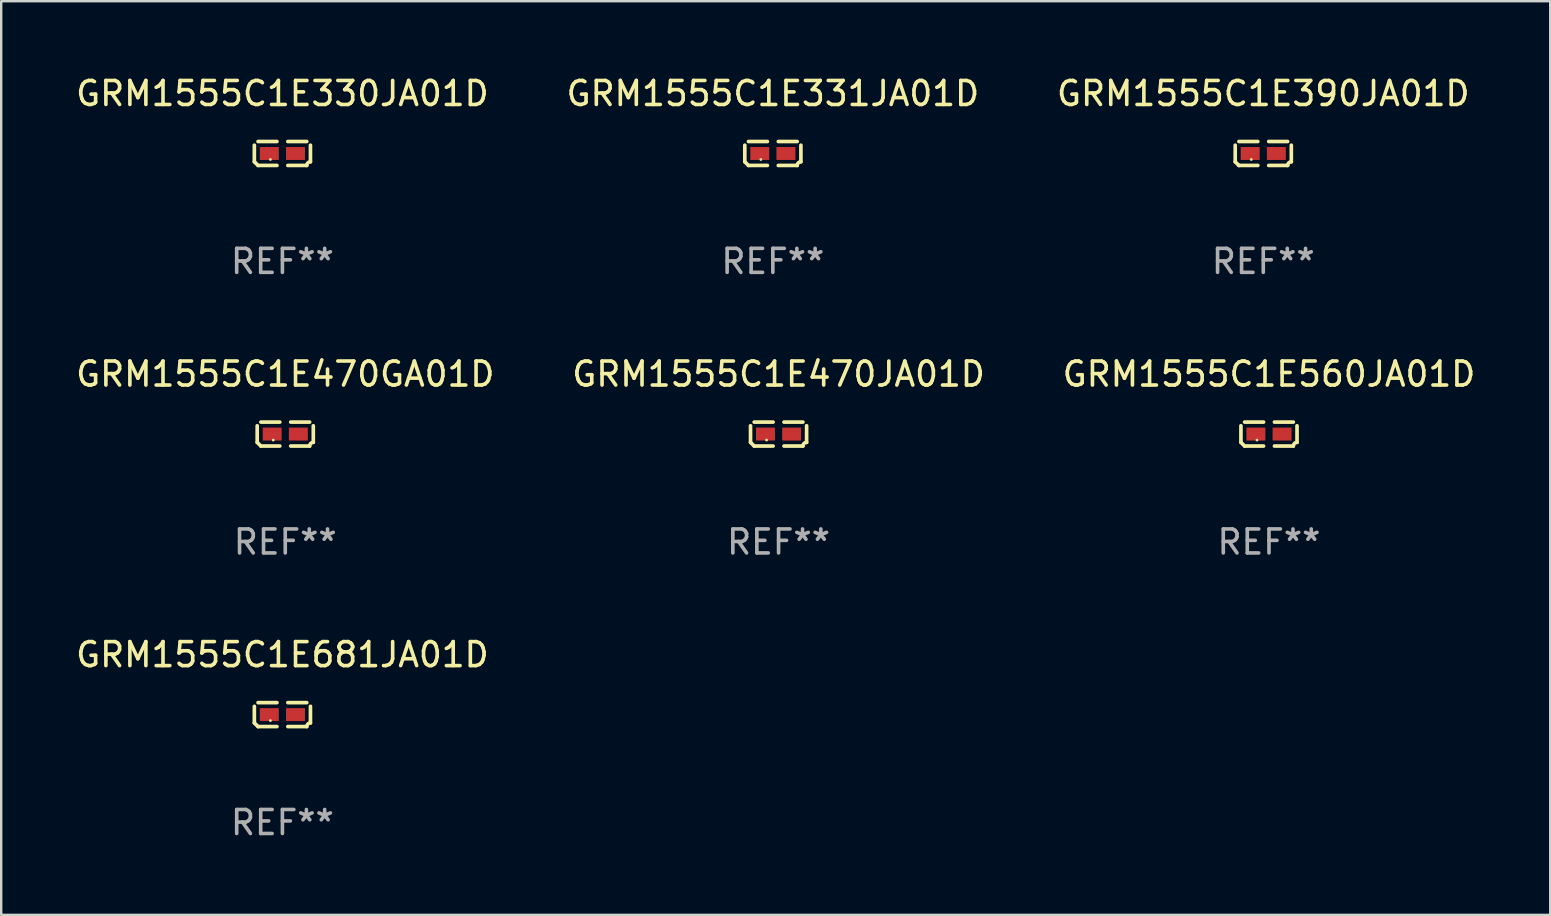
<source format=kicad_pcb>
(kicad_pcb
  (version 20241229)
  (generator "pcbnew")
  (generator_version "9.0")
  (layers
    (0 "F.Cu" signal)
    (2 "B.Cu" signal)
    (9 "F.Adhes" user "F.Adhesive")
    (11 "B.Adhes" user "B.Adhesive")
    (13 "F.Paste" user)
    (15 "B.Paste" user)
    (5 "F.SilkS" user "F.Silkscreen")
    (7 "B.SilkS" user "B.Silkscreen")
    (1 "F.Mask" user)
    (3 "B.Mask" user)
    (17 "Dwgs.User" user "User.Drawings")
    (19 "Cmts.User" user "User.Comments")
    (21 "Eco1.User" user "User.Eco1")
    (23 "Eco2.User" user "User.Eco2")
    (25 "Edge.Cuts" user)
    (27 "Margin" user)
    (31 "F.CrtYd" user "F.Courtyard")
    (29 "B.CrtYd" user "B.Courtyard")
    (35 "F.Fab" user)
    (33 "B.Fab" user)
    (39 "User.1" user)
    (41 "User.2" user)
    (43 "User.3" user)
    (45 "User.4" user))
  (footprint "GRM1555C1E681JA01D"
    (layer "F.Cu")
    (at 8.72 26.734)
    (property "Reference" "GRM1555C1E681JA01D" (at 0 -2.499 0) (layer "F.SilkS") (effects (font (size 1 1) (thickness 0.15))))
    (attr through_hole)
    (fp_line (start -1.169 0.346) (end -1.169 -0.346) (stroke (width 0.152) (type solid)) (layer "F.SilkS"))
    (fp_line (start -1.016 -0.499) (end -0.226 -0.499) (stroke (width 0.152) (type solid)) (layer "F.SilkS"))
    (fp_line (start -0.226 0.499) (end -1.016 0.499) (stroke (width 0.152) (type solid)) (layer "F.SilkS"))
    (fp_line (start 0.226 0.499) (end 1.016 0.499) (stroke (width 0.152) (type solid)) (layer "F.SilkS"))
    (fp_line (start 1.016 -0.499) (end 0.226 -0.499) (stroke (width 0.152) (type solid)) (layer "F.SilkS"))
    (fp_line (start 1.169 0.346) (end 1.169 -0.346) (stroke (width 0.152) (type solid)) (layer "F.SilkS"))
    (fp_arc (start -1.016307 0.498603) (mid -1.092512 0.422405) (end -1.16871 0.3462) (stroke (width 0.1524) (type solid)) (layer "F.SilkS"))
    (fp_arc (start 1.016307 0.498603) (mid 1.060899 0.390758) (end 1.168707 0.346076) (stroke (width 0.1524) (type solid)) (layer "F.SilkS"))
    (fp_circle (center -0.5 0.25) (end -0.47 0.25) (stroke (width 0.06) (type solid)) (fill no) (layer "F.SilkS"))
    (fp_text user "REF**" (at 0 4.499 0) (layer "F.Fab") (effects (font (size 1 1) (thickness 0.15))))
    (pad "1" smd rect (at -0.545 0) (size 0.79 0.54) (layers "F.Cu" "F.Mask" "F.Paste"))
    (pad "2" smd rect (at 0.545 0) (size 0.79 0.54) (layers "F.Cu" "F.Mask" "F.Paste")))
  (footprint "GRM1555C1E330JA01D"
    (layer "F.Cu")
    (at 8.72 3.347)
    (property "Reference" "GRM1555C1E330JA01D" (at 0 -2.499 0) (layer "F.SilkS") (effects (font (size 1 1) (thickness 0.15))))
    (attr through_hole)
    (fp_line (start -1.169 0.346) (end -1.169 -0.346) (stroke (width 0.152) (type solid)) (layer "F.SilkS"))
    (fp_line (start -1.016 -0.499) (end -0.226 -0.499) (stroke (width 0.152) (type solid)) (layer "F.SilkS"))
    (fp_line (start -0.226 0.499) (end -1.016 0.499) (stroke (width 0.152) (type solid)) (layer "F.SilkS"))
    (fp_line (start 0.226 0.499) (end 1.016 0.499) (stroke (width 0.152) (type solid)) (layer "F.SilkS"))
    (fp_line (start 1.016 -0.499) (end 0.226 -0.499) (stroke (width 0.152) (type solid)) (layer "F.SilkS"))
    (fp_line (start 1.169 0.346) (end 1.169 -0.346) (stroke (width 0.152) (type solid)) (layer "F.SilkS"))
    (fp_arc (start -1.016307 0.498603) (mid -1.092512 0.422405) (end -1.16871 0.3462) (stroke (width 0.1524) (type solid)) (layer "F.SilkS"))
    (fp_arc (start 1.016307 0.498603) (mid 1.060899 0.390758) (end 1.168707 0.346076) (stroke (width 0.1524) (type solid)) (layer "F.SilkS"))
    (fp_circle (center -0.5 0.25) (end -0.47 0.25) (stroke (width 0.06) (type solid)) (fill no) (layer "F.SilkS"))
    (fp_text user "REF**" (at 0 4.499 0) (layer "F.Fab") (effects (font (size 1 1) (thickness 0.15))))
    (pad "1" smd rect (at -0.545 0) (size 0.79 0.54) (layers "F.Cu" "F.Mask" "F.Paste"))
    (pad "2" smd rect (at 0.545 0) (size 0.79 0.54) (layers "F.Cu" "F.Mask" "F.Paste")))
  (footprint "GRM1555C1E470GA01D"
    (layer "F.Cu")
    (at 8.839 15.041)
    (property "Reference" "GRM1555C1E470GA01D" (at 0 -2.499 0) (layer "F.SilkS") (effects (font (size 1 1) (thickness 0.15))))
    (attr through_hole)
    (fp_line (start -1.169 0.346) (end -1.169 -0.346) (stroke (width 0.152) (type solid)) (layer "F.SilkS"))
    (fp_line (start -1.016 -0.499) (end -0.226 -0.499) (stroke (width 0.152) (type solid)) (layer "F.SilkS"))
    (fp_line (start -0.226 0.499) (end -1.016 0.499) (stroke (width 0.152) (type solid)) (layer "F.SilkS"))
    (fp_line (start 0.226 0.499) (end 1.016 0.499) (stroke (width 0.152) (type solid)) (layer "F.SilkS"))
    (fp_line (start 1.016 -0.499) (end 0.226 -0.499) (stroke (width 0.152) (type solid)) (layer "F.SilkS"))
    (fp_line (start 1.169 0.346) (end 1.169 -0.346) (stroke (width 0.152) (type solid)) (layer "F.SilkS"))
    (fp_arc (start -1.016307 0.498603) (mid -1.092512 0.422405) (end -1.16871 0.3462) (stroke (width 0.1524) (type solid)) (layer "F.SilkS"))
    (fp_arc (start 1.016307 0.498603) (mid 1.060899 0.390758) (end 1.168707 0.346076) (stroke (width 0.1524) (type solid)) (layer "F.SilkS"))
    (fp_circle (center -0.5 0.25) (end -0.47 0.25) (stroke (width 0.06) (type solid)) (fill no) (layer "F.SilkS"))
    (fp_text user "REF**" (at 0 4.499 0) (layer "F.Fab") (effects (font (size 1 1) (thickness 0.15))))
    (pad "1" smd rect (at -0.545 0) (size 0.79 0.54) (layers "F.Cu" "F.Mask" "F.Paste"))
    (pad "2" smd rect (at 0.545 0) (size 0.79 0.54) (layers "F.Cu" "F.Mask" "F.Paste")))
  (footprint "GRM1555C1E390JA01D"
    (layer "F.Cu")
    (at 49.601 3.347)
    (property "Reference" "GRM1555C1E390JA01D" (at 0 -2.499 0) (layer "F.SilkS") (effects (font (size 1 1) (thickness 0.15))))
    (attr through_hole)
    (fp_line (start -1.169 0.346) (end -1.169 -0.346) (stroke (width 0.152) (type solid)) (layer "F.SilkS"))
    (fp_line (start -1.016 -0.499) (end -0.226 -0.499) (stroke (width 0.152) (type solid)) (layer "F.SilkS"))
    (fp_line (start -0.226 0.499) (end -1.016 0.499) (stroke (width 0.152) (type solid)) (layer "F.SilkS"))
    (fp_line (start 0.226 0.499) (end 1.016 0.499) (stroke (width 0.152) (type solid)) (layer "F.SilkS"))
    (fp_line (start 1.016 -0.499) (end 0.226 -0.499) (stroke (width 0.152) (type solid)) (layer "F.SilkS"))
    (fp_line (start 1.169 0.346) (end 1.169 -0.346) (stroke (width 0.152) (type solid)) (layer "F.SilkS"))
    (fp_arc (start -1.016307 0.498603) (mid -1.092512 0.422405) (end -1.16871 0.3462) (stroke (width 0.1524) (type solid)) (layer "F.SilkS"))
    (fp_arc (start 1.016307 0.498603) (mid 1.060899 0.390758) (end 1.168707 0.346076) (stroke (width 0.1524) (type solid)) (layer "F.SilkS"))
    (fp_circle (center -0.5 0.25) (end -0.47 0.25) (stroke (width 0.06) (type solid)) (fill no) (layer "F.SilkS"))
    (fp_text user "REF**" (at 0 4.499 0) (layer "F.Fab") (effects (font (size 1 1) (thickness 0.15))))
    (pad "1" smd rect (at -0.545 0) (size 0.79 0.54) (layers "F.Cu" "F.Mask" "F.Paste"))
    (pad "2" smd rect (at 0.545 0) (size 0.79 0.54) (layers "F.Cu" "F.Mask" "F.Paste")))
  (footprint "GRM1555C1E470JA01D"
    (layer "F.Cu")
    (at 29.399 15.041)
    (property "Reference" "GRM1555C1E470JA01D" (at 0 -2.499 0) (layer "F.SilkS") (effects (font (size 1 1) (thickness 0.15))))
    (attr through_hole)
    (fp_line (start -1.169 0.346) (end -1.169 -0.346) (stroke (width 0.152) (type solid)) (layer "F.SilkS"))
    (fp_line (start -1.016 -0.499) (end -0.226 -0.499) (stroke (width 0.152) (type solid)) (layer "F.SilkS"))
    (fp_line (start -0.226 0.499) (end -1.016 0.499) (stroke (width 0.152) (type solid)) (layer "F.SilkS"))
    (fp_line (start 0.226 0.499) (end 1.016 0.499) (stroke (width 0.152) (type solid)) (layer "F.SilkS"))
    (fp_line (start 1.016 -0.499) (end 0.226 -0.499) (stroke (width 0.152) (type solid)) (layer "F.SilkS"))
    (fp_line (start 1.169 0.346) (end 1.169 -0.346) (stroke (width 0.152) (type solid)) (layer "F.SilkS"))
    (fp_arc (start -1.016307 0.498603) (mid -1.092512 0.422405) (end -1.16871 0.3462) (stroke (width 0.1524) (type solid)) (layer "F.SilkS"))
    (fp_arc (start 1.016307 0.498603) (mid 1.060899 0.390758) (end 1.168707 0.346076) (stroke (width 0.1524) (type solid)) (layer "F.SilkS"))
    (fp_circle (center -0.5 0.25) (end -0.47 0.25) (stroke (width 0.06) (type solid)) (fill no) (layer "F.SilkS"))
    (fp_text user "REF**" (at 0 4.499 0) (layer "F.Fab") (effects (font (size 1 1) (thickness 0.15))))
    (pad "1" smd rect (at -0.545 0) (size 0.79 0.54) (layers "F.Cu" "F.Mask" "F.Paste"))
    (pad "2" smd rect (at 0.545 0) (size 0.79 0.54) (layers "F.Cu" "F.Mask" "F.Paste")))
  (footprint "GRM1555C1E560JA01D"
    (layer "F.Cu")
    (at 49.839 15.041)
    (property "Reference" "GRM1555C1E560JA01D" (at 0 -2.499 0) (layer "F.SilkS") (effects (font (size 1 1) (thickness 0.15))))
    (attr through_hole)
    (fp_line (start -1.169 0.346) (end -1.169 -0.346) (stroke (width 0.152) (type solid)) (layer "F.SilkS"))
    (fp_line (start -1.016 -0.499) (end -0.226 -0.499) (stroke (width 0.152) (type solid)) (layer "F.SilkS"))
    (fp_line (start -0.226 0.499) (end -1.016 0.499) (stroke (width 0.152) (type solid)) (layer "F.SilkS"))
    (fp_line (start 0.226 0.499) (end 1.016 0.499) (stroke (width 0.152) (type solid)) (layer "F.SilkS"))
    (fp_line (start 1.016 -0.499) (end 0.226 -0.499) (stroke (width 0.152) (type solid)) (layer "F.SilkS"))
    (fp_line (start 1.169 0.346) (end 1.169 -0.346) (stroke (width 0.152) (type solid)) (layer "F.SilkS"))
    (fp_arc (start -1.016307 0.498603) (mid -1.092512 0.422405) (end -1.16871 0.3462) (stroke (width 0.1524) (type solid)) (layer "F.SilkS"))
    (fp_arc (start 1.016307 0.498603) (mid 1.060899 0.390758) (end 1.168707 0.346076) (stroke (width 0.1524) (type solid)) (layer "F.SilkS"))
    (fp_circle (center -0.5 0.25) (end -0.47 0.25) (stroke (width 0.06) (type solid)) (fill no) (layer "F.SilkS"))
    (fp_text user "REF**" (at 0 4.499 0) (layer "F.Fab") (effects (font (size 1 1) (thickness 0.15))))
    (pad "1" smd rect (at -0.545 0) (size 0.79 0.54) (layers "F.Cu" "F.Mask" "F.Paste"))
    (pad "2" smd rect (at 0.545 0) (size 0.79 0.54) (layers "F.Cu" "F.Mask" "F.Paste")))
  (footprint "GRM1555C1E331JA01D"
    (layer "F.Cu")
    (at 29.161 3.347)
    (property "Reference" "GRM1555C1E331JA01D" (at 0 -2.499 0) (layer "F.SilkS") (effects (font (size 1 1) (thickness 0.15))))
    (attr through_hole)
    (fp_line (start -1.169 0.346) (end -1.169 -0.346) (stroke (width 0.152) (type solid)) (layer "F.SilkS"))
    (fp_line (start -1.016 -0.499) (end -0.226 -0.499) (stroke (width 0.152) (type solid)) (layer "F.SilkS"))
    (fp_line (start -0.226 0.499) (end -1.016 0.499) (stroke (width 0.152) (type solid)) (layer "F.SilkS"))
    (fp_line (start 0.226 0.499) (end 1.016 0.499) (stroke (width 0.152) (type solid)) (layer "F.SilkS"))
    (fp_line (start 1.016 -0.499) (end 0.226 -0.499) (stroke (width 0.152) (type solid)) (layer "F.SilkS"))
    (fp_line (start 1.169 0.346) (end 1.169 -0.346) (stroke (width 0.152) (type solid)) (layer "F.SilkS"))
    (fp_arc (start -1.016307 0.498603) (mid -1.092512 0.422405) (end -1.16871 0.3462) (stroke (width 0.1524) (type solid)) (layer "F.SilkS"))
    (fp_arc (start 1.016307 0.498603) (mid 1.060899 0.390758) (end 1.168707 0.346076) (stroke (width 0.1524) (type solid)) (layer "F.SilkS"))
    (fp_circle (center -0.5 0.25) (end -0.47 0.25) (stroke (width 0.06) (type solid)) (fill no) (layer "F.SilkS"))
    (fp_text user "REF**" (at 0 4.499 0) (layer "F.Fab") (effects (font (size 1 1) (thickness 0.15))))
    (pad "1" smd rect (at -0.545 0) (size 0.79 0.54) (layers "F.Cu" "F.Mask" "F.Paste"))
    (pad "2" smd rect (at 0.545 0) (size 0.79 0.54) (layers "F.Cu" "F.Mask" "F.Paste")))
  (gr_rect
    (start -3 -3)
    (end 61.56 35.081)
    (stroke (width 0.1) (type default))
    (fill no)
    (layer "Edge.Cuts")))
</source>
